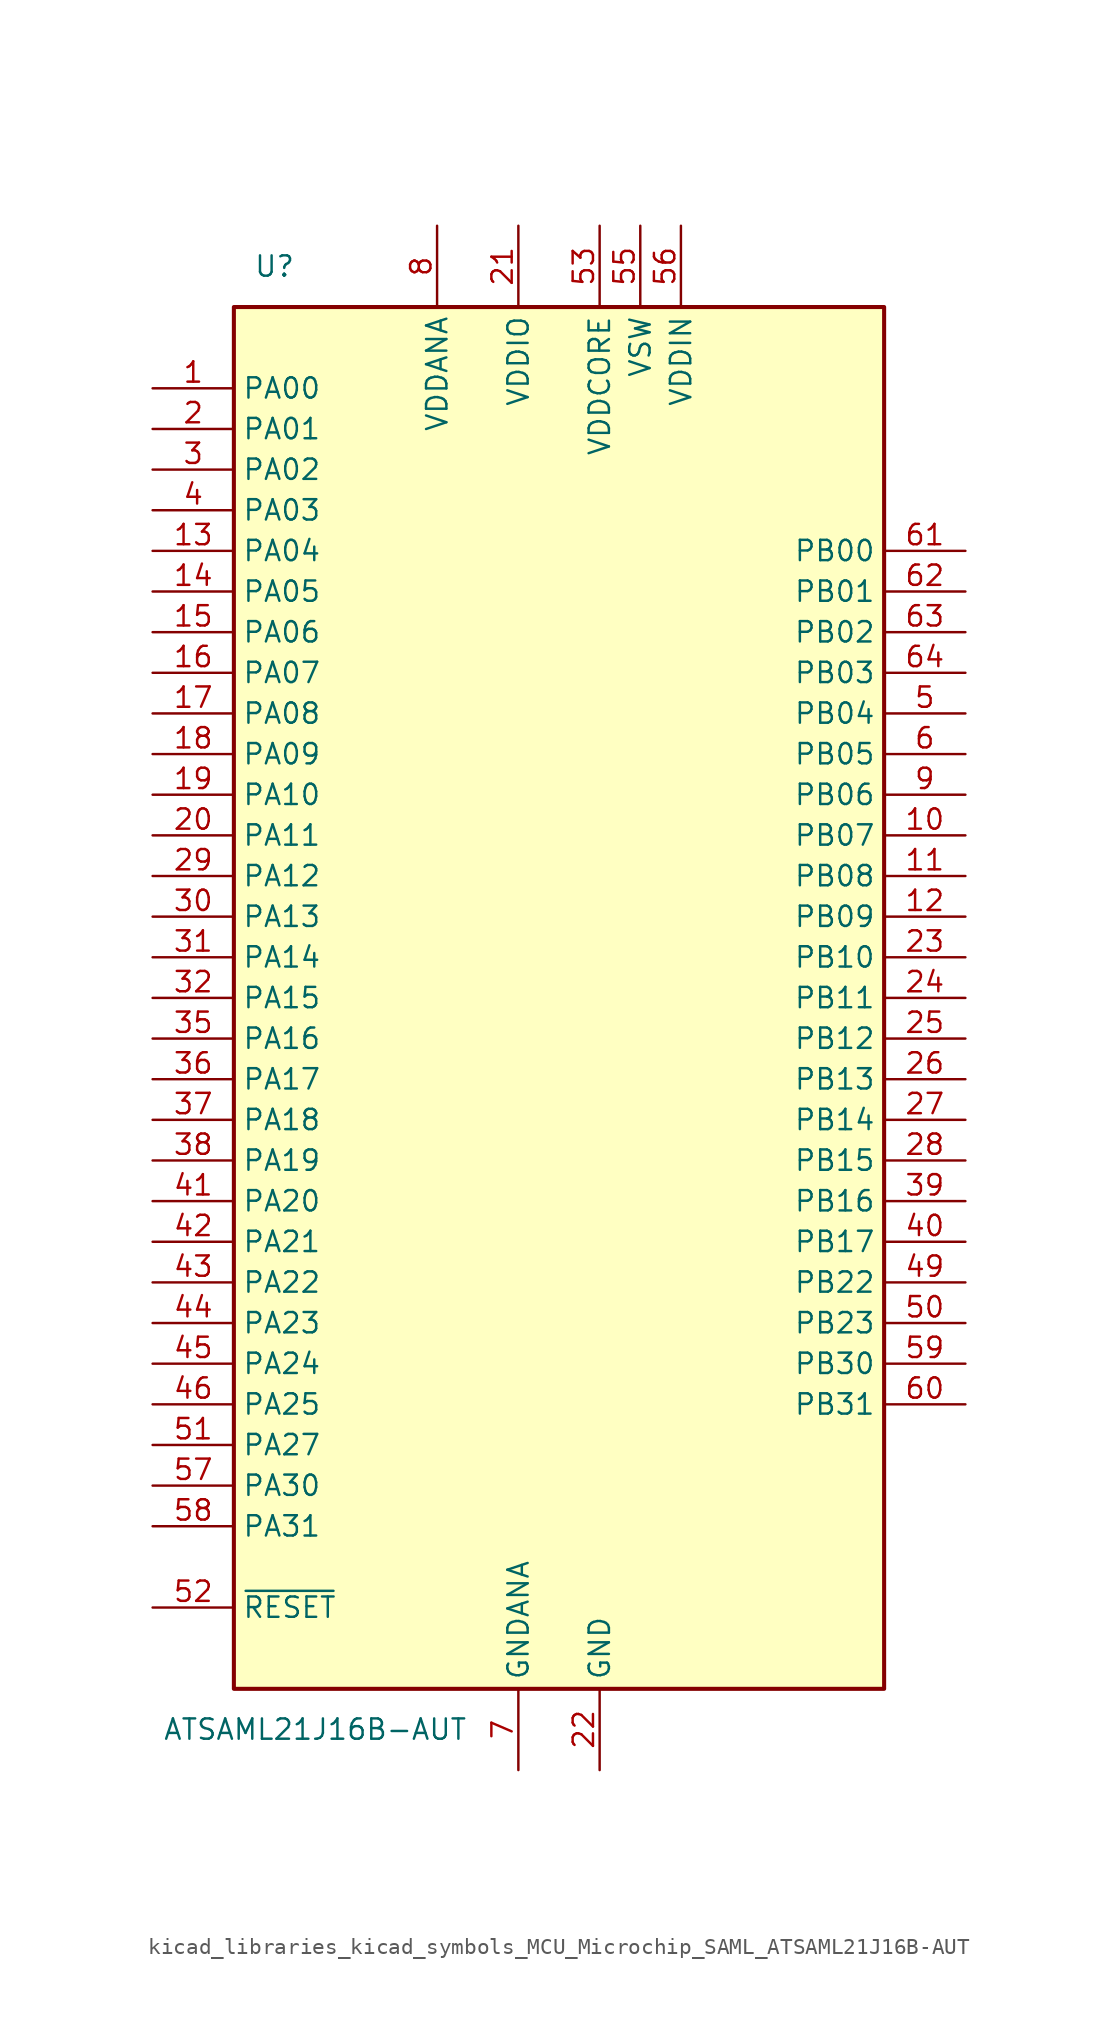
<source format=kicad_sym>
(kicad_symbol_lib
  (version 20220914)
  (generator kicad_symbol_editor)
  (symbol "kicad_libraries_kicad_symbols_MCU_Microchip_SAML_ATSAML21J16B-AUT"
    (property "Reference" "U"
      (at -17.78 45.72 0)
      (effects (font (size 1.27 1.27))))
    (property "Value" "ATSAML21J16B-AUT"
      (at -15.24 -45.72 0)
      (effects (font (size 1.27 1.27))))
    (symbol "kicad_libraries_kicad_symbols_MCU_Microchip_SAML_ATSAML21J16B-AUT_0_1"
      (rectangle (start -20.32 43.18) (end 20.32 -43.18) (stroke (width 0.254) (type default)) (fill (type background))))
    (symbol "kicad_libraries_kicad_symbols_MCU_Microchip_SAML_ATSAML21J16B-AUT_1_1"
      (pin bidirectional line (at -25.4 38.1 0) (length 5.08) (name "PA00" (effects (font (size 1.27 1.27)))) (number "1" (effects (font (size 1.27 1.27)))))
      (pin bidirectional line (at 25.4 10.16 180) (length 5.08) (name "PB07" (effects (font (size 1.27 1.27)))) (number "10" (effects (font (size 1.27 1.27)))))
      (pin bidirectional line (at 25.4 7.62 180) (length 5.08) (name "PB08" (effects (font (size 1.27 1.27)))) (number "11" (effects (font (size 1.27 1.27)))))
      (pin bidirectional line (at 25.4 5.08 180) (length 5.08) (name "PB09" (effects (font (size 1.27 1.27)))) (number "12" (effects (font (size 1.27 1.27)))))
      (pin bidirectional line (at -25.4 27.94 0) (length 5.08) (name "PA04" (effects (font (size 1.27 1.27)))) (number "13" (effects (font (size 1.27 1.27)))))
      (pin bidirectional line (at -25.4 25.4 0) (length 5.08) (name "PA05" (effects (font (size 1.27 1.27)))) (number "14" (effects (font (size 1.27 1.27)))))
      (pin bidirectional line (at -25.4 22.86 0) (length 5.08) (name "PA06" (effects (font (size 1.27 1.27)))) (number "15" (effects (font (size 1.27 1.27)))))
      (pin bidirectional line (at -25.4 20.32 0) (length 5.08) (name "PA07" (effects (font (size 1.27 1.27)))) (number "16" (effects (font (size 1.27 1.27)))))
      (pin bidirectional line (at -25.4 17.78 0) (length 5.08) (name "PA08" (effects (font (size 1.27 1.27)))) (number "17" (effects (font (size 1.27 1.27)))))
      (pin bidirectional line (at -25.4 15.24 0) (length 5.08) (name "PA09" (effects (font (size 1.27 1.27)))) (number "18" (effects (font (size 1.27 1.27)))))
      (pin bidirectional line (at -25.4 12.7 0) (length 5.08) (name "PA10" (effects (font (size 1.27 1.27)))) (number "19" (effects (font (size 1.27 1.27)))))
      (pin bidirectional line (at -25.4 35.56 0) (length 5.08) (name "PA01" (effects (font (size 1.27 1.27)))) (number "2" (effects (font (size 1.27 1.27)))))
      (pin bidirectional line (at -25.4 10.16 0) (length 5.08) (name "PA11" (effects (font (size 1.27 1.27)))) (number "20" (effects (font (size 1.27 1.27)))))
      (pin power_in line (at -2.54 48.26 270) (length 5.08) (name "VDDIO" (effects (font (size 1.27 1.27)))) (number "21" (effects (font (size 1.27 1.27)))))
      (pin power_in line (at 2.54 -48.26 90) (length 5.08) (name "GND" (effects (font (size 1.27 1.27)))) (number "22" (effects (font (size 1.27 1.27)))))
      (pin bidirectional line (at 25.4 2.54 180) (length 5.08) (name "PB10" (effects (font (size 1.27 1.27)))) (number "23" (effects (font (size 1.27 1.27)))))
      (pin bidirectional line (at 25.4 0 180) (length 5.08) (name "PB11" (effects (font (size 1.27 1.27)))) (number "24" (effects (font (size 1.27 1.27)))))
      (pin bidirectional line (at 25.4 -2.54 180) (length 5.08) (name "PB12" (effects (font (size 1.27 1.27)))) (number "25" (effects (font (size 1.27 1.27)))))
      (pin bidirectional line (at 25.4 -5.08 180) (length 5.08) (name "PB13" (effects (font (size 1.27 1.27)))) (number "26" (effects (font (size 1.27 1.27)))))
      (pin bidirectional line (at 25.4 -7.62 180) (length 5.08) (name "PB14" (effects (font (size 1.27 1.27)))) (number "27" (effects (font (size 1.27 1.27)))))
      (pin bidirectional line (at 25.4 -10.16 180) (length 5.08) (name "PB15" (effects (font (size 1.27 1.27)))) (number "28" (effects (font (size 1.27 1.27)))))
      (pin bidirectional line (at -25.4 7.62 0) (length 5.08) (name "PA12" (effects (font (size 1.27 1.27)))) (number "29" (effects (font (size 1.27 1.27)))))
      (pin bidirectional line (at -25.4 33.02 0) (length 5.08) (name "PA02" (effects (font (size 1.27 1.27)))) (number "3" (effects (font (size 1.27 1.27)))))
      (pin bidirectional line (at -25.4 5.08 0) (length 5.08) (name "PA13" (effects (font (size 1.27 1.27)))) (number "30" (effects (font (size 1.27 1.27)))))
      (pin bidirectional line (at -25.4 2.54 0) (length 5.08) (name "PA14" (effects (font (size 1.27 1.27)))) (number "31" (effects (font (size 1.27 1.27)))))
      (pin bidirectional line (at -25.4 0 0) (length 5.08) (name "PA15" (effects (font (size 1.27 1.27)))) (number "32" (effects (font (size 1.27 1.27)))))
      (pin passive line (at 2.54 -48.26 90) (length 5.08) hide (name "GND" (effects (font (size 1.27 1.27)))) (number "33" (effects (font (size 1.27 1.27)))))
      (pin passive line (at -2.54 48.26 270) (length 5.08) hide (name "VDDIO" (effects (font (size 1.27 1.27)))) (number "34" (effects (font (size 1.27 1.27)))))
      (pin bidirectional line (at -25.4 -2.54 0) (length 5.08) (name "PA16" (effects (font (size 1.27 1.27)))) (number "35" (effects (font (size 1.27 1.27)))))
      (pin bidirectional line (at -25.4 -5.08 0) (length 5.08) (name "PA17" (effects (font (size 1.27 1.27)))) (number "36" (effects (font (size 1.27 1.27)))))
      (pin bidirectional line (at -25.4 -7.62 0) (length 5.08) (name "PA18" (effects (font (size 1.27 1.27)))) (number "37" (effects (font (size 1.27 1.27)))))
      (pin bidirectional line (at -25.4 -10.16 0) (length 5.08) (name "PA19" (effects (font (size 1.27 1.27)))) (number "38" (effects (font (size 1.27 1.27)))))
      (pin bidirectional line (at 25.4 -12.7 180) (length 5.08) (name "PB16" (effects (font (size 1.27 1.27)))) (number "39" (effects (font (size 1.27 1.27)))))
      (pin bidirectional line (at -25.4 30.48 0) (length 5.08) (name "PA03" (effects (font (size 1.27 1.27)))) (number "4" (effects (font (size 1.27 1.27)))))
      (pin bidirectional line (at 25.4 -15.24 180) (length 5.08) (name "PB17" (effects (font (size 1.27 1.27)))) (number "40" (effects (font (size 1.27 1.27)))))
      (pin bidirectional line (at -25.4 -12.7 0) (length 5.08) (name "PA20" (effects (font (size 1.27 1.27)))) (number "41" (effects (font (size 1.27 1.27)))))
      (pin bidirectional line (at -25.4 -15.24 0) (length 5.08) (name "PA21" (effects (font (size 1.27 1.27)))) (number "42" (effects (font (size 1.27 1.27)))))
      (pin bidirectional line (at -25.4 -17.78 0) (length 5.08) (name "PA22" (effects (font (size 1.27 1.27)))) (number "43" (effects (font (size 1.27 1.27)))))
      (pin bidirectional line (at -25.4 -20.32 0) (length 5.08) (name "PA23" (effects (font (size 1.27 1.27)))) (number "44" (effects (font (size 1.27 1.27)))))
      (pin bidirectional line (at -25.4 -22.86 0) (length 5.08) (name "PA24" (effects (font (size 1.27 1.27)))) (number "45" (effects (font (size 1.27 1.27)))))
      (pin bidirectional line (at -25.4 -25.4 0) (length 5.08) (name "PA25" (effects (font (size 1.27 1.27)))) (number "46" (effects (font (size 1.27 1.27)))))
      (pin passive line (at 2.54 -48.26 90) (length 5.08) hide (name "GND" (effects (font (size 1.27 1.27)))) (number "47" (effects (font (size 1.27 1.27)))))
      (pin passive line (at -2.54 48.26 270) (length 5.08) hide (name "VDDIO" (effects (font (size 1.27 1.27)))) (number "48" (effects (font (size 1.27 1.27)))))
      (pin bidirectional line (at 25.4 -17.78 180) (length 5.08) (name "PB22" (effects (font (size 1.27 1.27)))) (number "49" (effects (font (size 1.27 1.27)))))
      (pin bidirectional line (at 25.4 17.78 180) (length 5.08) (name "PB04" (effects (font (size 1.27 1.27)))) (number "5" (effects (font (size 1.27 1.27)))))
      (pin bidirectional line (at 25.4 -20.32 180) (length 5.08) (name "PB23" (effects (font (size 1.27 1.27)))) (number "50" (effects (font (size 1.27 1.27)))))
      (pin bidirectional line (at -25.4 -27.94 0) (length 5.08) (name "PA27" (effects (font (size 1.27 1.27)))) (number "51" (effects (font (size 1.27 1.27)))))
      (pin input line (at -25.4 -38.1 0) (length 5.08) (name "~{RESET}" (effects (font (size 1.27 1.27)))) (number "52" (effects (font (size 1.27 1.27)))))
      (pin power_in line (at 2.54 48.26 270) (length 5.08) (name "VDDCORE" (effects (font (size 1.27 1.27)))) (number "53" (effects (font (size 1.27 1.27)))))
      (pin passive line (at 2.54 -48.26 90) (length 5.08) hide (name "GND" (effects (font (size 1.27 1.27)))) (number "54" (effects (font (size 1.27 1.27)))))
      (pin power_out line (at 5.08 48.26 270) (length 5.08) (name "VSW" (effects (font (size 1.27 1.27)))) (number "55" (effects (font (size 1.27 1.27)))))
      (pin power_in line (at 7.62 48.26 270) (length 5.08) (name "VDDIN" (effects (font (size 1.27 1.27)))) (number "56" (effects (font (size 1.27 1.27)))))
      (pin bidirectional line (at -25.4 -30.48 0) (length 5.08) (name "PA30" (effects (font (size 1.27 1.27)))) (number "57" (effects (font (size 1.27 1.27)))))
      (pin bidirectional line (at -25.4 -33.02 0) (length 5.08) (name "PA31" (effects (font (size 1.27 1.27)))) (number "58" (effects (font (size 1.27 1.27)))))
      (pin bidirectional line (at 25.4 -22.86 180) (length 5.08) (name "PB30" (effects (font (size 1.27 1.27)))) (number "59" (effects (font (size 1.27 1.27)))))
      (pin bidirectional line (at 25.4 15.24 180) (length 5.08) (name "PB05" (effects (font (size 1.27 1.27)))) (number "6" (effects (font (size 1.27 1.27)))))
      (pin bidirectional line (at 25.4 -25.4 180) (length 5.08) (name "PB31" (effects (font (size 1.27 1.27)))) (number "60" (effects (font (size 1.27 1.27)))))
      (pin bidirectional line (at 25.4 27.94 180) (length 5.08) (name "PB00" (effects (font (size 1.27 1.27)))) (number "61" (effects (font (size 1.27 1.27)))))
      (pin bidirectional line (at 25.4 25.4 180) (length 5.08) (name "PB01" (effects (font (size 1.27 1.27)))) (number "62" (effects (font (size 1.27 1.27)))))
      (pin bidirectional line (at 25.4 22.86 180) (length 5.08) (name "PB02" (effects (font (size 1.27 1.27)))) (number "63" (effects (font (size 1.27 1.27)))))
      (pin bidirectional line (at 25.4 20.32 180) (length 5.08) (name "PB03" (effects (font (size 1.27 1.27)))) (number "64" (effects (font (size 1.27 1.27)))))
      (pin power_in line (at -2.54 -48.26 90) (length 5.08) (name "GNDANA" (effects (font (size 1.27 1.27)))) (number "7" (effects (font (size 1.27 1.27)))))
      (pin power_in line (at -7.62 48.26 270) (length 5.08) (name "VDDANA" (effects (font (size 1.27 1.27)))) (number "8" (effects (font (size 1.27 1.27)))))
      (pin bidirectional line (at 25.4 12.7 180) (length 5.08) (name "PB06" (effects (font (size 1.27 1.27)))) (number "9" (effects (font (size 1.27 1.27))))))))
</source>
